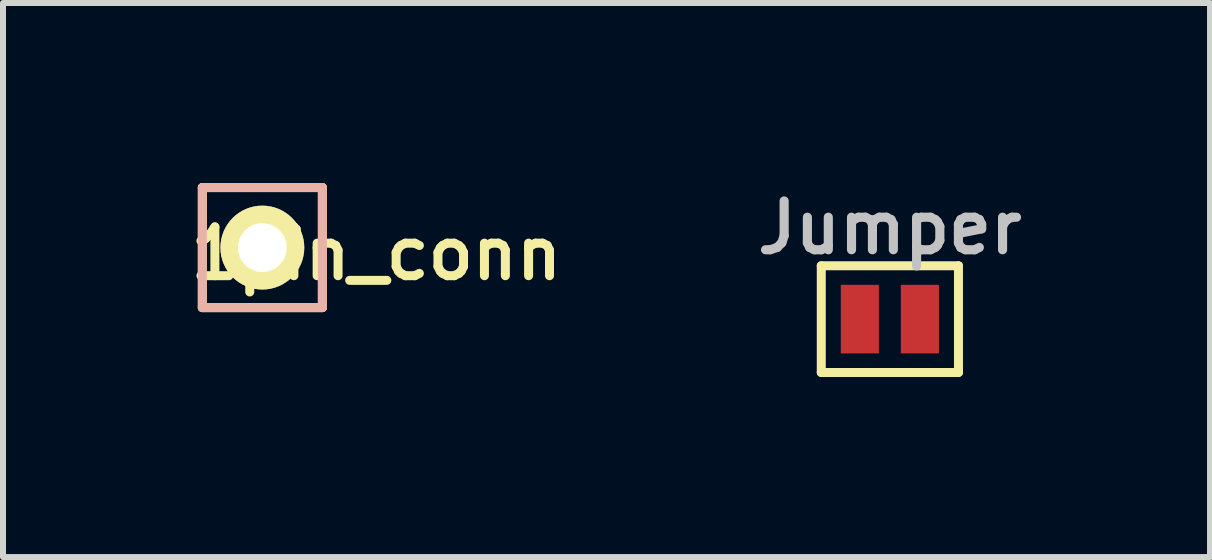
<source format=kicad_pcb>
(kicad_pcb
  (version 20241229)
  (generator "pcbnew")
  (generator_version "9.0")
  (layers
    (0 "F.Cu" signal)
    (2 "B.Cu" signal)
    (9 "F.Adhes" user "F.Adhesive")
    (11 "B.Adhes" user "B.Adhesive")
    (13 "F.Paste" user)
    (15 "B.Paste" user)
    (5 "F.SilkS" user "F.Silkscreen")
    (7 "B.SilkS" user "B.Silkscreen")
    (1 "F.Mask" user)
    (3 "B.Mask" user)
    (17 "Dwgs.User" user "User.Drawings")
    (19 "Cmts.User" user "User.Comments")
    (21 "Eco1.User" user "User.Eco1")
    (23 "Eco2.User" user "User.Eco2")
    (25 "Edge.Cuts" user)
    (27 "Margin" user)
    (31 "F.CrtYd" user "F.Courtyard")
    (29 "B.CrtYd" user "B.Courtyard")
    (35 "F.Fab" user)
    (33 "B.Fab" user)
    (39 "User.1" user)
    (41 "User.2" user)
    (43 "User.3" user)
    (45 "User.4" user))
  (footprint "1pin_conn"
    (layer "F.Cu")
    (at 1.321 1.075)
    (property "Reference" "1pin_conn" (at 1.9 0.1 0) (layer "F.SilkS") (effects (font (size 0.813 0.813) (thickness 0.15))))
    (attr through_hole)
    (fp_line (start -1 -1) (end -1 1) (stroke (width 0.15) (type solid)) (layer "F.SilkS"))
    (fp_line (start -1 1) (end 1 1) (stroke (width 0.15) (type solid)) (layer "F.SilkS"))
    (fp_line (start 1 -1) (end -1 -1) (stroke (width 0.15) (type solid)) (layer "F.SilkS"))
    (fp_line (start 1 1) (end 1 -1) (stroke (width 0.15) (type solid)) (layer "F.SilkS"))
    (fp_line (start -1 -1) (end 1 -1) (stroke (width 0.15) (type solid)) (layer "B.SilkS"))
    (fp_line (start -1 1) (end -1 -1) (stroke (width 0.15) (type solid)) (layer "B.SilkS"))
    (fp_line (start 1 -1) (end 1 1) (stroke (width 0.15) (type solid)) (layer "B.SilkS"))
    (fp_line (start 1 1) (end -1 1) (stroke (width 0.15) (type solid)) (layer "B.SilkS"))
    (pad "1" thru_hole circle (at 0 0) (size 1.397 1.397) (drill 0.813) (layers "*.Cu" "*.Mask" "F.SilkS")))
  (footprint "Jumper"
    (layer "F.Cu")
    (at 11.776 2.267)
    (property "Reference" "Jumper" (at 0 -1.524 0) (layer "Dwgs.User") (effects (font (size 0.813 0.813) (thickness 0.152))))
    (attr smd)
    (fp_line (start -1.143 -0.889) (end 1.143 -0.889) (stroke (width 0.15) (type solid)) (layer "F.SilkS"))
    (fp_line (start -1.143 0.889) (end -1.143 -0.889) (stroke (width 0.15) (type solid)) (layer "F.SilkS"))
    (fp_line (start 1.143 -0.889) (end 1.143 0.889) (stroke (width 0.15) (type solid)) (layer "F.SilkS"))
    (fp_line (start 1.143 0.889) (end -1.143 0.889) (stroke (width 0.15) (type solid)) (layer "F.SilkS"))
    (pad "1" smd rect (at -0.5 0) (size 0.635 1.143) (layers "F.Cu" "F.Mask" "F.Paste"))
    (pad "2" smd rect (at 0.5 0) (size 0.635 1.143) (layers "F.Cu" "F.Mask" "F.Paste")))
  (gr_rect
    (start -3 -3)
    (end 17.11 6.231)
    (stroke (width 0.1) (type default))
    (fill no)
    (layer "Edge.Cuts")))
</source>
